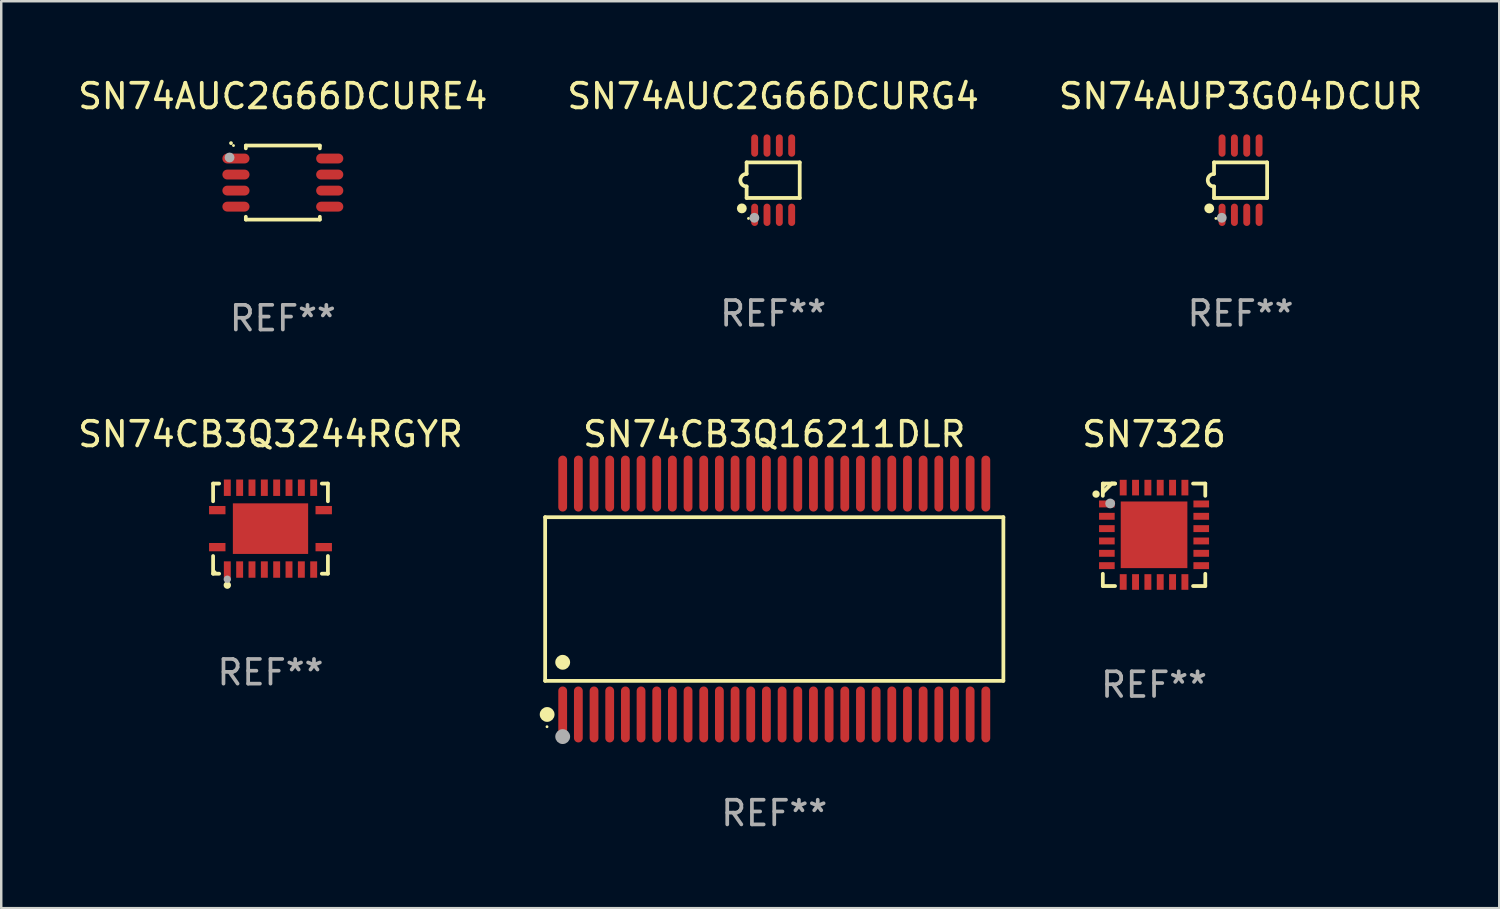
<source format=kicad_pcb>
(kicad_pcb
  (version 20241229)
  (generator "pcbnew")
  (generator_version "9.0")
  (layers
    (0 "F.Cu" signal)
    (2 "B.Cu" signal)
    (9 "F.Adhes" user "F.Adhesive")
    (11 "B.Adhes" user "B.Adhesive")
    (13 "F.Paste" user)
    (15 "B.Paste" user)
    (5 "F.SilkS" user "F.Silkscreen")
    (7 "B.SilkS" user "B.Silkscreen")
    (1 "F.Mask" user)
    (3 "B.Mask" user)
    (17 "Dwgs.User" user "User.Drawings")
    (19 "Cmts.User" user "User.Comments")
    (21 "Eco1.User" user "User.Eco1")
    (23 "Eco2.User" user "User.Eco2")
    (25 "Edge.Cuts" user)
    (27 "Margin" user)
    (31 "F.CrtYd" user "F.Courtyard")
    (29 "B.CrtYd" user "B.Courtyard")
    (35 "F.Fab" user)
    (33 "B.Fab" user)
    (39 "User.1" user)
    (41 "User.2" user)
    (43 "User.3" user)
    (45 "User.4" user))
  (footprint "SN74CB3Q3244RGYR"
    (layer "F.Cu")
    (at 7.911 18.371)
    (property "Reference" "SN74CB3Q3244RGYR" (at 0 -3.826 0) (layer "F.SilkS") (effects (font (size 1 1) (thickness 0.15))))
    (attr through_hole)
    (fp_line (start -2.326 -1.826) (end -2.08 -1.826) (stroke (width 0.152) (type solid)) (layer "F.SilkS"))
    (fp_line (start -2.326 -1.109) (end -2.326 -1.826) (stroke (width 0.152) (type solid)) (layer "F.SilkS"))
    (fp_line (start -2.326 1.109) (end -2.326 1.826) (stroke (width 0.152) (type solid)) (layer "F.SilkS"))
    (fp_line (start -2.326 1.826) (end -2.08 1.826) (stroke (width 0.152) (type solid)) (layer "F.SilkS"))
    (fp_line (start 2.326 -1.826) (end 2.08 -1.826) (stroke (width 0.152) (type solid)) (layer "F.SilkS"))
    (fp_line (start 2.326 -1.109) (end 2.326 -1.826) (stroke (width 0.152) (type solid)) (layer "F.SilkS"))
    (fp_line (start 2.326 1.109) (end 2.326 1.826) (stroke (width 0.152) (type solid)) (layer "F.SilkS"))
    (fp_line (start 2.326 1.826) (end 2.08 1.826) (stroke (width 0.152) (type solid)) (layer "F.SilkS"))
    (fp_circle (center -2.25 1.75) (end -2.22 1.75) (stroke (width 0.06) (type solid)) (fill no) (layer "F.SilkS"))
    (fp_circle (center -1.75 2.29) (end -1.675 2.29) (stroke (width 0.15) (type solid)) (fill no) (layer "F.SilkS"))
    (fp_circle (center -1.75 2.05) (end -1.675 2.05) (stroke (width 0.15) (type solid)) (fill no) (layer "F.Fab"))
    (fp_text user "REF**" (at 0 5.826 0) (layer "F.Fab") (effects (font (size 1 1) (thickness 0.15))))
    (pad "1" smd rect (at -1.75 1.658) (size 0.28 0.665) (layers "F.Cu" "F.Mask" "F.Paste"))
    (pad "2" smd rect (at -1.25 1.658) (size 0.28 0.665) (layers "F.Cu" "F.Mask" "F.Paste"))
    (pad "3" smd rect (at -0.75 1.658) (size 0.28 0.665) (layers "F.Cu" "F.Mask" "F.Paste"))
    (pad "4" smd rect (at -0.25 1.658) (size 0.28 0.665) (layers "F.Cu" "F.Mask" "F.Paste"))
    (pad "5" smd rect (at 0.25 1.658) (size 0.28 0.665) (layers "F.Cu" "F.Mask" "F.Paste"))
    (pad "6" smd rect (at 0.75 1.658) (size 0.28 0.665) (layers "F.Cu" "F.Mask" "F.Paste"))
    (pad "7" smd rect (at 1.25 1.658) (size 0.28 0.665) (layers "F.Cu" "F.Mask" "F.Paste"))
    (pad "8" smd rect (at 1.75 1.658) (size 0.28 0.665) (layers "F.Cu" "F.Mask" "F.Paste"))
    (pad "9" smd rect (at 2.157 0.75) (size 0.665 0.336) (layers "F.Cu" "F.Mask" "F.Paste"))
    (pad "10" smd rect (at 2.157 -0.75) (size 0.665 0.336) (layers "F.Cu" "F.Mask" "F.Paste"))
    (pad "11" smd rect (at 1.75 -1.658) (size 0.28 0.665) (layers "F.Cu" "F.Mask" "F.Paste"))
    (pad "12" smd rect (at 1.25 -1.658) (size 0.28 0.665) (layers "F.Cu" "F.Mask" "F.Paste"))
    (pad "13" smd rect (at 0.75 -1.658) (size 0.28 0.665) (layers "F.Cu" "F.Mask" "F.Paste"))
    (pad "14" smd rect (at 0.25 -1.658) (size 0.28 0.665) (layers "F.Cu" "F.Mask" "F.Paste"))
    (pad "15" smd rect (at -0.25 -1.658) (size 0.28 0.665) (layers "F.Cu" "F.Mask" "F.Paste"))
    (pad "16" smd rect (at -0.75 -1.658) (size 0.28 0.665) (layers "F.Cu" "F.Mask" "F.Paste"))
    (pad "17" smd rect (at -1.25 -1.658) (size 0.28 0.665) (layers "F.Cu" "F.Mask" "F.Paste"))
    (pad "18" smd rect (at -1.75 -1.658) (size 0.28 0.665) (layers "F.Cu" "F.Mask" "F.Paste"))
    (pad "19" smd rect (at -2.157 -0.75) (size 0.665 0.336) (layers "F.Cu" "F.Mask" "F.Paste"))
    (pad "20" smd rect (at -2.157 0.75) (size 0.665 0.336) (layers "F.Cu" "F.Mask" "F.Paste"))
    (pad "21" smd rect (at 0 0) (size 3.05 2.05) (layers "F.Cu" "F.Mask" "F.Paste")))
  (footprint "SN74AUC2G66DCURG4"
    (layer "F.Cu")
    (at 28.28 4.251)
    (property "Reference" "SN74AUC2G66DCURG4" (at 0 -3.403 0) (layer "F.SilkS") (effects (font (size 1 1) (thickness 0.15))))
    (attr through_hole)
    (fp_line (start -1.076 -0.721) (end 1.076 -0.721) (stroke (width 0.152) (type solid)) (layer "F.SilkS"))
    (fp_line (start -1.076 -0.254) (end -1.076 -0.721) (stroke (width 0.152) (type solid)) (layer "F.SilkS"))
    (fp_line (start -1.076 0.254) (end -1.076 0.721) (stroke (width 0.152) (type solid)) (layer "F.SilkS"))
    (fp_line (start 1.076 -0.721) (end 1.076 0.721) (stroke (width 0.152) (type solid)) (layer "F.SilkS"))
    (fp_line (start 1.076 0.721) (end -1.076 0.721) (stroke (width 0.152) (type solid)) (layer "F.SilkS"))
    (fp_arc (start -1.076226 0.254051) (mid -1.330226 0.000051) (end -1.076226 -0.253949) (stroke (width 0.151994) (type solid)) (layer "F.SilkS"))
    (fp_circle (center -1.27 1.143) (end -1.17 1.143) (stroke (width 0.2) (type solid)) (fill no) (layer "F.SilkS"))
    (fp_circle (center -1 1.55) (end -0.97 1.55) (stroke (width 0.06) (type solid)) (fill no) (layer "F.SilkS"))
    (fp_circle (center -0.762 1.524) (end -0.662 1.524) (stroke (width 0.2) (type solid)) (fill no) (layer "F.Fab"))
    (fp_text user "REF**" (at 0 5.403 0) (layer "F.Fab") (effects (font (size 1 1) (thickness 0.15))))
    (pad "1" smd oval (at -0.75 1.403) (size 0.28 0.905) (layers "F.Cu" "F.Mask" "F.Paste"))
    (pad "2" smd oval (at -0.25 1.403) (size 0.28 0.905) (layers "F.Cu" "F.Mask" "F.Paste"))
    (pad "3" smd oval (at 0.25 1.403) (size 0.28 0.905) (layers "F.Cu" "F.Mask" "F.Paste"))
    (pad "4" smd oval (at 0.75 1.403) (size 0.28 0.905) (layers "F.Cu" "F.Mask" "F.Paste"))
    (pad "5" smd oval (at 0.75 -1.403) (size 0.28 0.905) (layers "F.Cu" "F.Mask" "F.Paste"))
    (pad "6" smd oval (at 0.25 -1.403) (size 0.28 0.905) (layers "F.Cu" "F.Mask" "F.Paste"))
    (pad "7" smd oval (at -0.25 -1.403) (size 0.28 0.905) (layers "F.Cu" "F.Mask" "F.Paste"))
    (pad "8" smd oval (at -0.75 -1.403) (size 0.28 0.905) (layers "F.Cu" "F.Mask" "F.Paste")))
  (footprint "SN74AUC2G66DCURE4"
    (layer "F.Cu")
    (at 8.411 4.348)
    (property "Reference" "SN74AUC2G66DCURE4" (at 0 -3.5 0) (layer "F.SilkS") (effects (font (size 1 1) (thickness 0.15))))
    (attr through_hole)
    (fp_line (start -1.5 -1.5) (end 1.5 -1.5) (stroke (width 0.15) (type solid)) (layer "F.SilkS"))
    (fp_line (start -1.5 -1.385) (end -1.5 -1.5) (stroke (width 0.15) (type solid)) (layer "F.SilkS"))
    (fp_line (start -1.5 1.5) (end -1.5 1.385) (stroke (width 0.15) (type solid)) (layer "F.SilkS"))
    (fp_line (start 1.5 -1.5) (end 1.5 -1.385) (stroke (width 0.15) (type solid)) (layer "F.SilkS"))
    (fp_line (start 1.5 1.385) (end 1.5 1.5) (stroke (width 0.15) (type solid)) (layer "F.SilkS"))
    (fp_line (start 1.5 1.5) (end -1.5 1.5) (stroke (width 0.15) (type solid)) (layer "F.SilkS"))
    (fp_arc (start -2.100051 -1.59746) (mid -2.100057 -1.59873) (end -2.100051 -1.6) (stroke (width 0.150013) (type solid)) (layer "F.SilkS"))
    (fp_circle (center -2 -1.5) (end -1.97 -1.5) (stroke (width 0.06) (type solid)) (fill no) (layer "F.SilkS"))
    (fp_circle (center -2.159 -1.016) (end -2.059 -1.016) (stroke (width 0.2) (type solid)) (fill no) (layer "F.Fab"))
    (fp_text user "REF**" (at 0 5.5 0) (layer "F.Fab") (effects (font (size 1 1) (thickness 0.15))))
    (pad "1" smd oval (at -1.9 -0.975 180) (size 1.1 0.4) (layers "F.Cu" "F.Mask" "F.Paste"))
    (pad "2" smd oval (at -1.9 -0.325 180) (size 1.1 0.4) (layers "F.Cu" "F.Mask" "F.Paste"))
    (pad "3" smd oval (at -1.9 0.325 180) (size 1.1 0.4) (layers "F.Cu" "F.Mask" "F.Paste"))
    (pad "4" smd oval (at -1.9 0.975 180) (size 1.1 0.4) (layers "F.Cu" "F.Mask" "F.Paste"))
    (pad "5" smd oval (at 1.9 0.975 180) (size 1.1 0.4) (layers "F.Cu" "F.Mask" "F.Paste"))
    (pad "6" smd oval (at 1.9 0.325 180) (size 1.1 0.4) (layers "F.Cu" "F.Mask" "F.Paste"))
    (pad "7" smd oval (at 1.9 -0.325 180) (size 1.1 0.4) (layers "F.Cu" "F.Mask" "F.Paste"))
    (pad "8" smd oval (at 1.9 -0.975 180) (size 1.1 0.4) (layers "F.Cu" "F.Mask" "F.Paste")))
  (footprint "SN74CB3Q16211DLR"
    (layer "F.Cu")
    (at 28.324 21.223)
    (property "Reference" "SN74CB3Q16211DLR" (at 0 -6.678 0) (layer "F.SilkS") (effects (font (size 1 1) (thickness 0.15))))
    (attr through_hole)
    (fp_line (start -9.284 -3.316) (end 9.284 -3.316) (stroke (width 0.152) (type solid)) (layer "F.SilkS"))
    (fp_line (start -9.284 3.316) (end -9.284 -3.316) (stroke (width 0.152) (type solid)) (layer "F.SilkS"))
    (fp_line (start 9.284 -3.316) (end 9.284 3.316) (stroke (width 0.152) (type solid)) (layer "F.SilkS"))
    (fp_line (start 9.284 3.316) (end -9.284 3.316) (stroke (width 0.152) (type solid)) (layer "F.SilkS"))
    (fp_circle (center -9.208 5.175) (end -9.178 5.175) (stroke (width 0.06) (type solid)) (fill no) (layer "F.SilkS"))
    (fp_circle (center -9.203 4.678) (end -9.053 4.678) (stroke (width 0.3) (type solid)) (fill no) (layer "F.SilkS"))
    (fp_circle (center -8.573 2.564) (end -8.422 2.564) (stroke (width 0.3) (type solid)) (fill no) (layer "F.SilkS"))
    (fp_circle (center -8.573 5.575) (end -8.422 5.575) (stroke (width 0.3) (type solid)) (fill no) (layer "F.Fab"))
    (fp_text user "REF**" (at 0 8.678 0) (layer "F.Fab") (effects (font (size 1 1) (thickness 0.15))))
    (pad "1" smd oval (at -8.573 4.678) (size 0.356 2.267) (layers "F.Cu" "F.Mask" "F.Paste"))
    (pad "2" smd oval (at -7.938 4.678) (size 0.356 2.267) (layers "F.Cu" "F.Mask" "F.Paste"))
    (pad "3" smd oval (at -7.303 4.678) (size 0.356 2.267) (layers "F.Cu" "F.Mask" "F.Paste"))
    (pad "4" smd oval (at -6.668 4.678) (size 0.356 2.267) (layers "F.Cu" "F.Mask" "F.Paste"))
    (pad "5" smd oval (at -6.033 4.678) (size 0.356 2.267) (layers "F.Cu" "F.Mask" "F.Paste"))
    (pad "6" smd oval (at -5.398 4.678) (size 0.356 2.267) (layers "F.Cu" "F.Mask" "F.Paste"))
    (pad "7" smd oval (at -4.763 4.678) (size 0.356 2.267) (layers "F.Cu" "F.Mask" "F.Paste"))
    (pad "8" smd oval (at -4.128 4.678) (size 0.356 2.267) (layers "F.Cu" "F.Mask" "F.Paste"))
    (pad "9" smd oval (at -3.493 4.678) (size 0.356 2.267) (layers "F.Cu" "F.Mask" "F.Paste"))
    (pad "10" smd oval (at -2.858 4.678) (size 0.356 2.267) (layers "F.Cu" "F.Mask" "F.Paste"))
    (pad "11" smd oval (at -2.223 4.678) (size 0.356 2.267) (layers "F.Cu" "F.Mask" "F.Paste"))
    (pad "12" smd oval (at -1.588 4.678) (size 0.356 2.267) (layers "F.Cu" "F.Mask" "F.Paste"))
    (pad "13" smd oval (at -0.953 4.678) (size 0.356 2.267) (layers "F.Cu" "F.Mask" "F.Paste"))
    (pad "14" smd oval (at -0.318 4.678) (size 0.356 2.267) (layers "F.Cu" "F.Mask" "F.Paste"))
    (pad "15" smd oval (at 0.318 4.678) (size 0.356 2.267) (layers "F.Cu" "F.Mask" "F.Paste"))
    (pad "16" smd oval (at 0.953 4.678) (size 0.356 2.267) (layers "F.Cu" "F.Mask" "F.Paste"))
    (pad "17" smd oval (at 1.588 4.678) (size 0.356 2.267) (layers "F.Cu" "F.Mask" "F.Paste"))
    (pad "18" smd oval (at 2.223 4.678) (size 0.356 2.267) (layers "F.Cu" "F.Mask" "F.Paste"))
    (pad "19" smd oval (at 2.858 4.678) (size 0.356 2.267) (layers "F.Cu" "F.Mask" "F.Paste"))
    (pad "20" smd oval (at 3.493 4.678) (size 0.356 2.267) (layers "F.Cu" "F.Mask" "F.Paste"))
    (pad "21" smd oval (at 4.128 4.678) (size 0.356 2.267) (layers "F.Cu" "F.Mask" "F.Paste"))
    (pad "22" smd oval (at 4.763 4.678) (size 0.356 2.267) (layers "F.Cu" "F.Mask" "F.Paste"))
    (pad "23" smd oval (at 5.398 4.678) (size 0.356 2.267) (layers "F.Cu" "F.Mask" "F.Paste"))
    (pad "24" smd oval (at 6.033 4.678) (size 0.356 2.267) (layers "F.Cu" "F.Mask" "F.Paste"))
    (pad "25" smd oval (at 6.668 4.678) (size 0.356 2.267) (layers "F.Cu" "F.Mask" "F.Paste"))
    (pad "26" smd oval (at 7.303 4.678) (size 0.356 2.267) (layers "F.Cu" "F.Mask" "F.Paste"))
    (pad "27" smd oval (at 7.938 4.678) (size 0.356 2.267) (layers "F.Cu" "F.Mask" "F.Paste"))
    (pad "28" smd oval (at 8.573 4.678) (size 0.356 2.267) (layers "F.Cu" "F.Mask" "F.Paste"))
    (pad "29" smd oval (at 8.573 -4.678) (size 0.356 2.267) (layers "F.Cu" "F.Mask" "F.Paste"))
    (pad "30" smd oval (at 7.938 -4.678) (size 0.356 2.267) (layers "F.Cu" "F.Mask" "F.Paste"))
    (pad "31" smd oval (at 7.303 -4.678) (size 0.356 2.267) (layers "F.Cu" "F.Mask" "F.Paste"))
    (pad "32" smd oval (at 6.668 -4.678) (size 0.356 2.267) (layers "F.Cu" "F.Mask" "F.Paste"))
    (pad "33" smd oval (at 6.033 -4.678) (size 0.356 2.267) (layers "F.Cu" "F.Mask" "F.Paste"))
    (pad "34" smd oval (at 5.398 -4.678) (size 0.356 2.267) (layers "F.Cu" "F.Mask" "F.Paste"))
    (pad "35" smd oval (at 4.763 -4.678) (size 0.356 2.267) (layers "F.Cu" "F.Mask" "F.Paste"))
    (pad "36" smd oval (at 4.128 -4.678) (size 0.356 2.267) (layers "F.Cu" "F.Mask" "F.Paste"))
    (pad "37" smd oval (at 3.493 -4.678) (size 0.356 2.267) (layers "F.Cu" "F.Mask" "F.Paste"))
    (pad "38" smd oval (at 2.858 -4.678) (size 0.356 2.267) (layers "F.Cu" "F.Mask" "F.Paste"))
    (pad "39" smd oval (at 2.223 -4.678) (size 0.356 2.267) (layers "F.Cu" "F.Mask" "F.Paste"))
    (pad "40" smd oval (at 1.588 -4.678) (size 0.356 2.267) (layers "F.Cu" "F.Mask" "F.Paste"))
    (pad "41" smd oval (at 0.953 -4.678) (size 0.356 2.267) (layers "F.Cu" "F.Mask" "F.Paste"))
    (pad "42" smd oval (at 0.318 -4.678) (size 0.356 2.267) (layers "F.Cu" "F.Mask" "F.Paste"))
    (pad "43" smd oval (at -0.318 -4.678) (size 0.356 2.267) (layers "F.Cu" "F.Mask" "F.Paste"))
    (pad "44" smd oval (at -0.953 -4.678) (size 0.356 2.267) (layers "F.Cu" "F.Mask" "F.Paste"))
    (pad "45" smd oval (at -1.588 -4.678) (size 0.356 2.267) (layers "F.Cu" "F.Mask" "F.Paste"))
    (pad "46" smd oval (at -2.223 -4.678) (size 0.356 2.267) (layers "F.Cu" "F.Mask" "F.Paste"))
    (pad "47" smd oval (at -2.858 -4.678) (size 0.356 2.267) (layers "F.Cu" "F.Mask" "F.Paste"))
    (pad "48" smd oval (at -3.493 -4.678) (size 0.356 2.267) (layers "F.Cu" "F.Mask" "F.Paste"))
    (pad "49" smd oval (at -4.128 -4.678) (size 0.356 2.267) (layers "F.Cu" "F.Mask" "F.Paste"))
    (pad "50" smd oval (at -4.763 -4.678) (size 0.356 2.267) (layers "F.Cu" "F.Mask" "F.Paste"))
    (pad "51" smd oval (at -5.398 -4.678) (size 0.356 2.267) (layers "F.Cu" "F.Mask" "F.Paste"))
    (pad "52" smd oval (at -6.033 -4.678) (size 0.356 2.267) (layers "F.Cu" "F.Mask" "F.Paste"))
    (pad "53" smd oval (at -6.668 -4.678) (size 0.356 2.267) (layers "F.Cu" "F.Mask" "F.Paste"))
    (pad "54" smd oval (at -7.303 -4.678) (size 0.356 2.267) (layers "F.Cu" "F.Mask" "F.Paste"))
    (pad "55" smd oval (at -7.938 -4.678) (size 0.356 2.267) (layers "F.Cu" "F.Mask" "F.Paste"))
    (pad "56" smd oval (at -8.573 -4.678) (size 0.356 2.267) (layers "F.Cu" "F.Mask" "F.Paste")))
  (footprint "SN74AUP3G04DCUR"
    (layer "F.Cu")
    (at 47.22 4.251)
    (property "Reference" "SN74AUP3G04DCUR" (at 0 -3.403 0) (layer "F.SilkS") (effects (font (size 1 1) (thickness 0.15))))
    (attr through_hole)
    (fp_line (start -1.076 -0.721) (end 1.076 -0.721) (stroke (width 0.152) (type solid)) (layer "F.SilkS"))
    (fp_line (start -1.076 -0.254) (end -1.076 -0.721) (stroke (width 0.152) (type solid)) (layer "F.SilkS"))
    (fp_line (start -1.076 0.254) (end -1.076 0.721) (stroke (width 0.152) (type solid)) (layer "F.SilkS"))
    (fp_line (start 1.076 -0.721) (end 1.076 0.721) (stroke (width 0.152) (type solid)) (layer "F.SilkS"))
    (fp_line (start 1.076 0.721) (end -1.076 0.721) (stroke (width 0.152) (type solid)) (layer "F.SilkS"))
    (fp_arc (start -1.076226 0.254051) (mid -1.330226 0.000051) (end -1.076226 -0.253949) (stroke (width 0.151994) (type solid)) (layer "F.SilkS"))
    (fp_circle (center -1.27 1.143) (end -1.17 1.143) (stroke (width 0.2) (type solid)) (fill no) (layer "F.SilkS"))
    (fp_circle (center -1 1.55) (end -0.97 1.55) (stroke (width 0.06) (type solid)) (fill no) (layer "F.SilkS"))
    (fp_circle (center -0.762 1.524) (end -0.662 1.524) (stroke (width 0.2) (type solid)) (fill no) (layer "F.Fab"))
    (fp_text user "REF**" (at 0 5.403 0) (layer "F.Fab") (effects (font (size 1 1) (thickness 0.15))))
    (pad "1" smd oval (at -0.75 1.403) (size 0.28 0.905) (layers "F.Cu" "F.Mask" "F.Paste"))
    (pad "2" smd oval (at -0.25 1.403) (size 0.28 0.905) (layers "F.Cu" "F.Mask" "F.Paste"))
    (pad "3" smd oval (at 0.25 1.403) (size 0.28 0.905) (layers "F.Cu" "F.Mask" "F.Paste"))
    (pad "4" smd oval (at 0.75 1.403) (size 0.28 0.905) (layers "F.Cu" "F.Mask" "F.Paste"))
    (pad "5" smd oval (at 0.75 -1.403) (size 0.28 0.905) (layers "F.Cu" "F.Mask" "F.Paste"))
    (pad "6" smd oval (at 0.25 -1.403) (size 0.28 0.905) (layers "F.Cu" "F.Mask" "F.Paste"))
    (pad "7" smd oval (at -0.25 -1.403) (size 0.28 0.905) (layers "F.Cu" "F.Mask" "F.Paste"))
    (pad "8" smd oval (at -0.75 -1.403) (size 0.28 0.905) (layers "F.Cu" "F.Mask" "F.Paste")))
  (footprint "SN7326"
    (layer "F.Cu")
    (at 43.714 18.621)
    (property "Reference" "SN7326" (at 0 -4.076 0) (layer "F.SilkS") (effects (font (size 1 1) (thickness 0.15))))
    (attr through_hole)
    (fp_line (start -2.076 -2.076) (end -2.076 -1.58) (stroke (width 0.152) (type solid)) (layer "F.SilkS"))
    (fp_line (start -2.076 2.076) (end -2.076 1.58) (stroke (width 0.152) (type solid)) (layer "F.SilkS"))
    (fp_line (start -1.713 -2.076) (end -2.076 -1.713) (stroke (width 0.152) (type solid)) (layer "F.SilkS"))
    (fp_line (start -1.58 -2.076) (end -2.076 -2.076) (stroke (width 0.152) (type solid)) (layer "F.SilkS"))
    (fp_line (start -1.58 -2.076) (end -1.713 -2.076) (stroke (width 0.152) (type solid)) (layer "F.SilkS"))
    (fp_line (start -1.58 2.076) (end -2.076 2.076) (stroke (width 0.152) (type solid)) (layer "F.SilkS"))
    (fp_line (start 1.58 -2.076) (end 2.076 -2.076) (stroke (width 0.152) (type solid)) (layer "F.SilkS"))
    (fp_line (start 1.58 2.076) (end 2.076 2.076) (stroke (width 0.152) (type solid)) (layer "F.SilkS"))
    (fp_line (start 2.076 -2.076) (end 2.076 -1.58) (stroke (width 0.152) (type solid)) (layer "F.SilkS"))
    (fp_line (start 2.076 2.076) (end 2.076 1.58) (stroke (width 0.152) (type solid)) (layer "F.SilkS"))
    (fp_circle (center -2.35 -1.65) (end -2.275 -1.65) (stroke (width 0.15) (type solid)) (fill no) (layer "F.SilkS"))
    (fp_circle (center -2 -2) (end -1.97 -2) (stroke (width 0.06) (type solid)) (fill no) (layer "F.SilkS"))
    (fp_circle (center -1.778 -1.27) (end -1.678 -1.27) (stroke (width 0.2) (type solid)) (fill no) (layer "F.Fab"))
    (fp_text user "REF**" (at 0 6.076 0) (layer "F.Fab") (effects (font (size 1 1) (thickness 0.15))))
    (pad "1" smd rect (at -1.912 -1.25) (size 0.633 0.28) (layers "F.Cu" "F.Mask" "F.Paste"))
    (pad "2" smd rect (at -1.912 -0.75) (size 0.633 0.28) (layers "F.Cu" "F.Mask" "F.Paste"))
    (pad "3" smd rect (at -1.912 -0.25) (size 0.633 0.28) (layers "F.Cu" "F.Mask" "F.Paste"))
    (pad "4" smd rect (at -1.912 0.25) (size 0.633 0.28) (layers "F.Cu" "F.Mask" "F.Paste"))
    (pad "5" smd rect (at -1.912 0.75) (size 0.633 0.28) (layers "F.Cu" "F.Mask" "F.Paste"))
    (pad "6" smd rect (at -1.912 1.25) (size 0.633 0.28) (layers "F.Cu" "F.Mask" "F.Paste"))
    (pad "7" smd rect (at -1.25 1.912) (size 0.28 0.633) (layers "F.Cu" "F.Mask" "F.Paste"))
    (pad "8" smd rect (at -0.75 1.912) (size 0.28 0.633) (layers "F.Cu" "F.Mask" "F.Paste"))
    (pad "9" smd rect (at -0.25 1.912) (size 0.28 0.633) (layers "F.Cu" "F.Mask" "F.Paste"))
    (pad "10" smd rect (at 0.25 1.912) (size 0.28 0.633) (layers "F.Cu" "F.Mask" "F.Paste"))
    (pad "11" smd rect (at 0.75 1.912) (size 0.28 0.633) (layers "F.Cu" "F.Mask" "F.Paste"))
    (pad "12" smd rect (at 1.25 1.912) (size 0.28 0.633) (layers "F.Cu" "F.Mask" "F.Paste"))
    (pad "13" smd rect (at 1.912 1.25) (size 0.633 0.28) (layers "F.Cu" "F.Mask" "F.Paste"))
    (pad "14" smd rect (at 1.912 0.75) (size 0.633 0.28) (layers "F.Cu" "F.Mask" "F.Paste"))
    (pad "15" smd rect (at 1.912 0.25) (size 0.633 0.28) (layers "F.Cu" "F.Mask" "F.Paste"))
    (pad "16" smd rect (at 1.912 -0.25) (size 0.633 0.28) (layers "F.Cu" "F.Mask" "F.Paste"))
    (pad "17" smd rect (at 1.912 -0.75) (size 0.633 0.28) (layers "F.Cu" "F.Mask" "F.Paste"))
    (pad "18" smd rect (at 1.912 -1.25) (size 0.633 0.28) (layers "F.Cu" "F.Mask" "F.Paste"))
    (pad "19" smd rect (at 1.25 -1.912) (size 0.28 0.633) (layers "F.Cu" "F.Mask" "F.Paste"))
    (pad "20" smd rect (at 0.75 -1.912) (size 0.28 0.633) (layers "F.Cu" "F.Mask" "F.Paste"))
    (pad "21" smd rect (at 0.25 -1.912) (size 0.28 0.633) (layers "F.Cu" "F.Mask" "F.Paste"))
    (pad "22" smd rect (at -0.25 -1.912) (size 0.28 0.633) (layers "F.Cu" "F.Mask" "F.Paste"))
    (pad "23" smd rect (at -0.75 -1.912) (size 0.28 0.633) (layers "F.Cu" "F.Mask" "F.Paste"))
    (pad "24" smd rect (at -1.25 -1.912) (size 0.28 0.633) (layers "F.Cu" "F.Mask" "F.Paste"))
    (pad "25" smd rect (at 0 0) (size 2.7 2.7) (layers "F.Cu" "F.Mask" "F.Paste")))
  (gr_rect
    (start -3 -3)
    (end 57.702 33.75)
    (stroke (width 0.1) (type default))
    (fill no)
    (layer "Edge.Cuts")))
</source>
